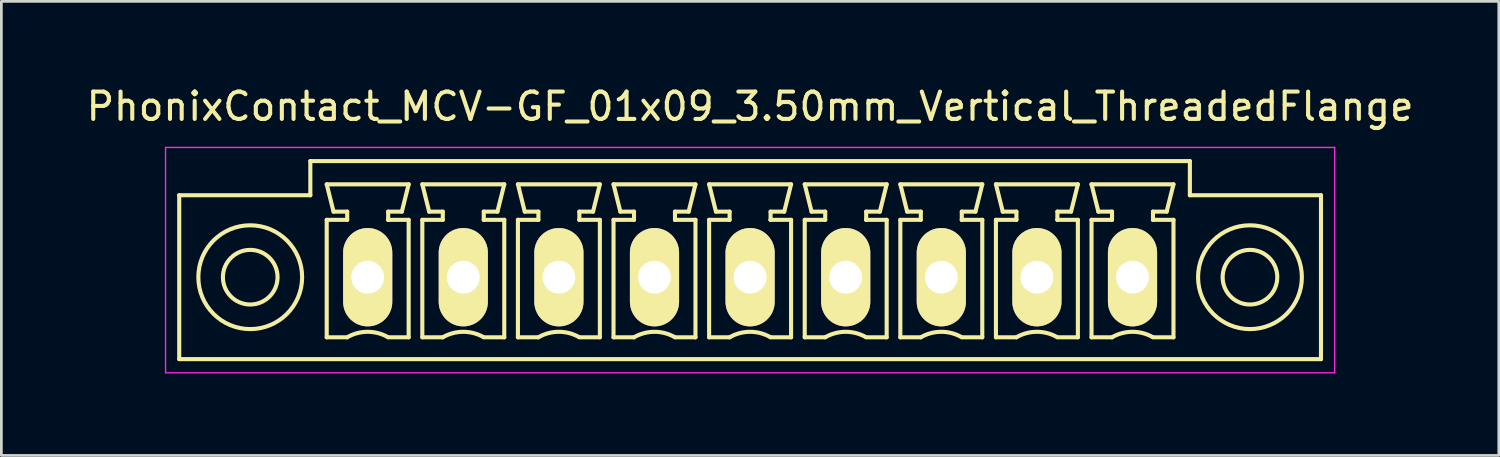
<source format=kicad_pcb>
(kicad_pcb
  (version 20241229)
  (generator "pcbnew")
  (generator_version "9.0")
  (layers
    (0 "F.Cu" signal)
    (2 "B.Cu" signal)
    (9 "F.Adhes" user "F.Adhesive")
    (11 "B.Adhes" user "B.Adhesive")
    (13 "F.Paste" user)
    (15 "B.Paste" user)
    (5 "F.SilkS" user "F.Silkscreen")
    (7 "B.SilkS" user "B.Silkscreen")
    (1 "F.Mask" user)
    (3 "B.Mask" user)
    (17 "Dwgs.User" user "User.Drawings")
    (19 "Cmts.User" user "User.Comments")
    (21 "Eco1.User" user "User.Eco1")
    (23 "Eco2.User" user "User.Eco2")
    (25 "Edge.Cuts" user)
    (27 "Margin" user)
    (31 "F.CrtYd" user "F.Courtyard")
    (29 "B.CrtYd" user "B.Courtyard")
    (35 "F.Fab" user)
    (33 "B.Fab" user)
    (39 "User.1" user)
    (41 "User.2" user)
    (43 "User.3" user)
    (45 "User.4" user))
  (footprint "PhonixContact_MCV-GF_01x09_3.50mm_Vertical_ThreadedFlange"
    (layer "F.Cu")
    (at 10.411 7.098)
    (property "Reference" "PhonixContact_MCV-GF_01x09_3.50mm_Vertical_ThreadedFlange" (at 14 -6.25 0) (layer "F.SilkS") (effects (font (size 1 1) (thickness 0.15))))
    (attr through_hole)
    (fp_line (start -6.9 -3) (end -6.9 3) (stroke (width 0.15) (type solid)) (layer "F.SilkS"))
    (fp_line (start -6.9 3) (end 34.9 3) (stroke (width 0.15) (type solid)) (layer "F.SilkS"))
    (fp_line (start -2.1 -4.25) (end -2.1 -3) (stroke (width 0.15) (type solid)) (layer "F.SilkS"))
    (fp_line (start -2.1 -3) (end -6.9 -3) (stroke (width 0.15) (type solid)) (layer "F.SilkS"))
    (fp_line (start -1.5 -3.4) (end 1.5 -3.4) (stroke (width 0.15) (type solid)) (layer "F.SilkS"))
    (fp_line (start -1.5 -2.1) (end -0.75 -2.1) (stroke (width 0.15) (type solid)) (layer "F.SilkS"))
    (fp_line (start -1.5 2.2) (end -1.5 -2.1) (stroke (width 0.15) (type solid)) (layer "F.SilkS"))
    (fp_line (start -1.25 -2.4) (end -1.5 -3.4) (stroke (width 0.15) (type solid)) (layer "F.SilkS"))
    (fp_line (start -0.75 -2.4) (end -1.25 -2.4) (stroke (width 0.15) (type solid)) (layer "F.SilkS"))
    (fp_line (start -0.75 -2.1) (end -0.75 -2.4) (stroke (width 0.15) (type solid)) (layer "F.SilkS"))
    (fp_line (start -0.75 2.2) (end -1.5 2.2) (stroke (width 0.15) (type solid)) (layer "F.SilkS"))
    (fp_line (start 0.75 -2.4) (end 0.75 -2.1) (stroke (width 0.15) (type solid)) (layer "F.SilkS"))
    (fp_line (start 0.75 -2.1) (end 0.75 -2.1) (stroke (width 0.15) (type solid)) (layer "F.SilkS"))
    (fp_line (start 0.75 -2.1) (end 1.5 -2.1) (stroke (width 0.15) (type solid)) (layer "F.SilkS"))
    (fp_line (start 1.25 -2.4) (end 0.75 -2.4) (stroke (width 0.15) (type solid)) (layer "F.SilkS"))
    (fp_line (start 1.5 -3.4) (end 1.25 -2.4) (stroke (width 0.15) (type solid)) (layer "F.SilkS"))
    (fp_line (start 1.5 -2.1) (end 1.5 2.2) (stroke (width 0.15) (type solid)) (layer "F.SilkS"))
    (fp_line (start 1.5 2.2) (end 0.75 2.2) (stroke (width 0.15) (type solid)) (layer "F.SilkS"))
    (fp_line (start 2 -3.4) (end 5 -3.4) (stroke (width 0.15) (type solid)) (layer "F.SilkS"))
    (fp_line (start 2 -2.1) (end 2.75 -2.1) (stroke (width 0.15) (type solid)) (layer "F.SilkS"))
    (fp_line (start 2 2.2) (end 2 -2.1) (stroke (width 0.15) (type solid)) (layer "F.SilkS"))
    (fp_line (start 2.25 -2.4) (end 2 -3.4) (stroke (width 0.15) (type solid)) (layer "F.SilkS"))
    (fp_line (start 2.75 -2.4) (end 2.25 -2.4) (stroke (width 0.15) (type solid)) (layer "F.SilkS"))
    (fp_line (start 2.75 -2.1) (end 2.75 -2.4) (stroke (width 0.15) (type solid)) (layer "F.SilkS"))
    (fp_line (start 2.75 2.2) (end 2 2.2) (stroke (width 0.15) (type solid)) (layer "F.SilkS"))
    (fp_line (start 4.25 -2.4) (end 4.25 -2.1) (stroke (width 0.15) (type solid)) (layer "F.SilkS"))
    (fp_line (start 4.25 -2.1) (end 4.25 -2.1) (stroke (width 0.15) (type solid)) (layer "F.SilkS"))
    (fp_line (start 4.25 -2.1) (end 5 -2.1) (stroke (width 0.15) (type solid)) (layer "F.SilkS"))
    (fp_line (start 4.75 -2.4) (end 4.25 -2.4) (stroke (width 0.15) (type solid)) (layer "F.SilkS"))
    (fp_line (start 5 -3.4) (end 4.75 -2.4) (stroke (width 0.15) (type solid)) (layer "F.SilkS"))
    (fp_line (start 5 -2.1) (end 5 2.2) (stroke (width 0.15) (type solid)) (layer "F.SilkS"))
    (fp_line (start 5 2.2) (end 4.25 2.2) (stroke (width 0.15) (type solid)) (layer "F.SilkS"))
    (fp_line (start 5.5 -3.4) (end 8.5 -3.4) (stroke (width 0.15) (type solid)) (layer "F.SilkS"))
    (fp_line (start 5.5 -2.1) (end 6.25 -2.1) (stroke (width 0.15) (type solid)) (layer "F.SilkS"))
    (fp_line (start 5.5 2.2) (end 5.5 -2.1) (stroke (width 0.15) (type solid)) (layer "F.SilkS"))
    (fp_line (start 5.75 -2.4) (end 5.5 -3.4) (stroke (width 0.15) (type solid)) (layer "F.SilkS"))
    (fp_line (start 6.25 -2.4) (end 5.75 -2.4) (stroke (width 0.15) (type solid)) (layer "F.SilkS"))
    (fp_line (start 6.25 -2.1) (end 6.25 -2.4) (stroke (width 0.15) (type solid)) (layer "F.SilkS"))
    (fp_line (start 6.25 2.2) (end 5.5 2.2) (stroke (width 0.15) (type solid)) (layer "F.SilkS"))
    (fp_line (start 7.75 -2.4) (end 7.75 -2.1) (stroke (width 0.15) (type solid)) (layer "F.SilkS"))
    (fp_line (start 7.75 -2.1) (end 7.75 -2.1) (stroke (width 0.15) (type solid)) (layer "F.SilkS"))
    (fp_line (start 7.75 -2.1) (end 8.5 -2.1) (stroke (width 0.15) (type solid)) (layer "F.SilkS"))
    (fp_line (start 8.25 -2.4) (end 7.75 -2.4) (stroke (width 0.15) (type solid)) (layer "F.SilkS"))
    (fp_line (start 8.5 -3.4) (end 8.25 -2.4) (stroke (width 0.15) (type solid)) (layer "F.SilkS"))
    (fp_line (start 8.5 -2.1) (end 8.5 2.2) (stroke (width 0.15) (type solid)) (layer "F.SilkS"))
    (fp_line (start 8.5 2.2) (end 7.75 2.2) (stroke (width 0.15) (type solid)) (layer "F.SilkS"))
    (fp_line (start 9 -3.4) (end 12 -3.4) (stroke (width 0.15) (type solid)) (layer "F.SilkS"))
    (fp_line (start 9 -2.1) (end 9.75 -2.1) (stroke (width 0.15) (type solid)) (layer "F.SilkS"))
    (fp_line (start 9 2.2) (end 9 -2.1) (stroke (width 0.15) (type solid)) (layer "F.SilkS"))
    (fp_line (start 9.25 -2.4) (end 9 -3.4) (stroke (width 0.15) (type solid)) (layer "F.SilkS"))
    (fp_line (start 9.75 -2.4) (end 9.25 -2.4) (stroke (width 0.15) (type solid)) (layer "F.SilkS"))
    (fp_line (start 9.75 -2.1) (end 9.75 -2.4) (stroke (width 0.15) (type solid)) (layer "F.SilkS"))
    (fp_line (start 9.75 2.2) (end 9 2.2) (stroke (width 0.15) (type solid)) (layer "F.SilkS"))
    (fp_line (start 11.25 -2.4) (end 11.25 -2.1) (stroke (width 0.15) (type solid)) (layer "F.SilkS"))
    (fp_line (start 11.25 -2.1) (end 11.25 -2.1) (stroke (width 0.15) (type solid)) (layer "F.SilkS"))
    (fp_line (start 11.25 -2.1) (end 12 -2.1) (stroke (width 0.15) (type solid)) (layer "F.SilkS"))
    (fp_line (start 11.75 -2.4) (end 11.25 -2.4) (stroke (width 0.15) (type solid)) (layer "F.SilkS"))
    (fp_line (start 12 -3.4) (end 11.75 -2.4) (stroke (width 0.15) (type solid)) (layer "F.SilkS"))
    (fp_line (start 12 -2.1) (end 12 2.2) (stroke (width 0.15) (type solid)) (layer "F.SilkS"))
    (fp_line (start 12 2.2) (end 11.25 2.2) (stroke (width 0.15) (type solid)) (layer "F.SilkS"))
    (fp_line (start 12.5 -3.4) (end 15.5 -3.4) (stroke (width 0.15) (type solid)) (layer "F.SilkS"))
    (fp_line (start 12.5 -2.1) (end 13.25 -2.1) (stroke (width 0.15) (type solid)) (layer "F.SilkS"))
    (fp_line (start 12.5 2.2) (end 12.5 -2.1) (stroke (width 0.15) (type solid)) (layer "F.SilkS"))
    (fp_line (start 12.75 -2.4) (end 12.5 -3.4) (stroke (width 0.15) (type solid)) (layer "F.SilkS"))
    (fp_line (start 13.25 -2.4) (end 12.75 -2.4) (stroke (width 0.15) (type solid)) (layer "F.SilkS"))
    (fp_line (start 13.25 -2.1) (end 13.25 -2.4) (stroke (width 0.15) (type solid)) (layer "F.SilkS"))
    (fp_line (start 13.25 2.2) (end 12.5 2.2) (stroke (width 0.15) (type solid)) (layer "F.SilkS"))
    (fp_line (start 14.75 -2.4) (end 14.75 -2.1) (stroke (width 0.15) (type solid)) (layer "F.SilkS"))
    (fp_line (start 14.75 -2.1) (end 14.75 -2.1) (stroke (width 0.15) (type solid)) (layer "F.SilkS"))
    (fp_line (start 14.75 -2.1) (end 15.5 -2.1) (stroke (width 0.15) (type solid)) (layer "F.SilkS"))
    (fp_line (start 15.25 -2.4) (end 14.75 -2.4) (stroke (width 0.15) (type solid)) (layer "F.SilkS"))
    (fp_line (start 15.5 -3.4) (end 15.25 -2.4) (stroke (width 0.15) (type solid)) (layer "F.SilkS"))
    (fp_line (start 15.5 -2.1) (end 15.5 2.2) (stroke (width 0.15) (type solid)) (layer "F.SilkS"))
    (fp_line (start 15.5 2.2) (end 14.75 2.2) (stroke (width 0.15) (type solid)) (layer "F.SilkS"))
    (fp_line (start 16 -3.4) (end 19 -3.4) (stroke (width 0.15) (type solid)) (layer "F.SilkS"))
    (fp_line (start 16 -2.1) (end 16.75 -2.1) (stroke (width 0.15) (type solid)) (layer "F.SilkS"))
    (fp_line (start 16 2.2) (end 16 -2.1) (stroke (width 0.15) (type solid)) (layer "F.SilkS"))
    (fp_line (start 16.25 -2.4) (end 16 -3.4) (stroke (width 0.15) (type solid)) (layer "F.SilkS"))
    (fp_line (start 16.75 -2.4) (end 16.25 -2.4) (stroke (width 0.15) (type solid)) (layer "F.SilkS"))
    (fp_line (start 16.75 -2.1) (end 16.75 -2.4) (stroke (width 0.15) (type solid)) (layer "F.SilkS"))
    (fp_line (start 16.75 2.2) (end 16 2.2) (stroke (width 0.15) (type solid)) (layer "F.SilkS"))
    (fp_line (start 18.25 -2.4) (end 18.25 -2.1) (stroke (width 0.15) (type solid)) (layer "F.SilkS"))
    (fp_line (start 18.25 -2.1) (end 18.25 -2.1) (stroke (width 0.15) (type solid)) (layer "F.SilkS"))
    (fp_line (start 18.25 -2.1) (end 19 -2.1) (stroke (width 0.15) (type solid)) (layer "F.SilkS"))
    (fp_line (start 18.75 -2.4) (end 18.25 -2.4) (stroke (width 0.15) (type solid)) (layer "F.SilkS"))
    (fp_line (start 19 -3.4) (end 18.75 -2.4) (stroke (width 0.15) (type solid)) (layer "F.SilkS"))
    (fp_line (start 19 -2.1) (end 19 2.2) (stroke (width 0.15) (type solid)) (layer "F.SilkS"))
    (fp_line (start 19 2.2) (end 18.25 2.2) (stroke (width 0.15) (type solid)) (layer "F.SilkS"))
    (fp_line (start 19.5 -3.4) (end 22.5 -3.4) (stroke (width 0.15) (type solid)) (layer "F.SilkS"))
    (fp_line (start 19.5 -2.1) (end 20.25 -2.1) (stroke (width 0.15) (type solid)) (layer "F.SilkS"))
    (fp_line (start 19.5 2.2) (end 19.5 -2.1) (stroke (width 0.15) (type solid)) (layer "F.SilkS"))
    (fp_line (start 19.75 -2.4) (end 19.5 -3.4) (stroke (width 0.15) (type solid)) (layer "F.SilkS"))
    (fp_line (start 20.25 -2.4) (end 19.75 -2.4) (stroke (width 0.15) (type solid)) (layer "F.SilkS"))
    (fp_line (start 20.25 -2.1) (end 20.25 -2.4) (stroke (width 0.15) (type solid)) (layer "F.SilkS"))
    (fp_line (start 20.25 2.2) (end 19.5 2.2) (stroke (width 0.15) (type solid)) (layer "F.SilkS"))
    (fp_line (start 21.75 -2.4) (end 21.75 -2.1) (stroke (width 0.15) (type solid)) (layer "F.SilkS"))
    (fp_line (start 21.75 -2.1) (end 21.75 -2.1) (stroke (width 0.15) (type solid)) (layer "F.SilkS"))
    (fp_line (start 21.75 -2.1) (end 22.5 -2.1) (stroke (width 0.15) (type solid)) (layer "F.SilkS"))
    (fp_line (start 22.25 -2.4) (end 21.75 -2.4) (stroke (width 0.15) (type solid)) (layer "F.SilkS"))
    (fp_line (start 22.5 -3.4) (end 22.25 -2.4) (stroke (width 0.15) (type solid)) (layer "F.SilkS"))
    (fp_line (start 22.5 -2.1) (end 22.5 2.2) (stroke (width 0.15) (type solid)) (layer "F.SilkS"))
    (fp_line (start 22.5 2.2) (end 21.75 2.2) (stroke (width 0.15) (type solid)) (layer "F.SilkS"))
    (fp_line (start 23 -3.4) (end 26 -3.4) (stroke (width 0.15) (type solid)) (layer "F.SilkS"))
    (fp_line (start 23 -2.1) (end 23.75 -2.1) (stroke (width 0.15) (type solid)) (layer "F.SilkS"))
    (fp_line (start 23 2.2) (end 23 -2.1) (stroke (width 0.15) (type solid)) (layer "F.SilkS"))
    (fp_line (start 23.25 -2.4) (end 23 -3.4) (stroke (width 0.15) (type solid)) (layer "F.SilkS"))
    (fp_line (start 23.75 -2.4) (end 23.25 -2.4) (stroke (width 0.15) (type solid)) (layer "F.SilkS"))
    (fp_line (start 23.75 -2.1) (end 23.75 -2.4) (stroke (width 0.15) (type solid)) (layer "F.SilkS"))
    (fp_line (start 23.75 2.2) (end 23 2.2) (stroke (width 0.15) (type solid)) (layer "F.SilkS"))
    (fp_line (start 25.25 -2.4) (end 25.25 -2.1) (stroke (width 0.15) (type solid)) (layer "F.SilkS"))
    (fp_line (start 25.25 -2.1) (end 25.25 -2.1) (stroke (width 0.15) (type solid)) (layer "F.SilkS"))
    (fp_line (start 25.25 -2.1) (end 26 -2.1) (stroke (width 0.15) (type solid)) (layer "F.SilkS"))
    (fp_line (start 25.75 -2.4) (end 25.25 -2.4) (stroke (width 0.15) (type solid)) (layer "F.SilkS"))
    (fp_line (start 26 -3.4) (end 25.75 -2.4) (stroke (width 0.15) (type solid)) (layer "F.SilkS"))
    (fp_line (start 26 -2.1) (end 26 2.2) (stroke (width 0.15) (type solid)) (layer "F.SilkS"))
    (fp_line (start 26 2.2) (end 25.25 2.2) (stroke (width 0.15) (type solid)) (layer "F.SilkS"))
    (fp_line (start 26.5 -3.4) (end 29.5 -3.4) (stroke (width 0.15) (type solid)) (layer "F.SilkS"))
    (fp_line (start 26.5 -2.1) (end 27.25 -2.1) (stroke (width 0.15) (type solid)) (layer "F.SilkS"))
    (fp_line (start 26.5 2.2) (end 26.5 -2.1) (stroke (width 0.15) (type solid)) (layer "F.SilkS"))
    (fp_line (start 26.75 -2.4) (end 26.5 -3.4) (stroke (width 0.15) (type solid)) (layer "F.SilkS"))
    (fp_line (start 27.25 -2.4) (end 26.75 -2.4) (stroke (width 0.15) (type solid)) (layer "F.SilkS"))
    (fp_line (start 27.25 -2.1) (end 27.25 -2.4) (stroke (width 0.15) (type solid)) (layer "F.SilkS"))
    (fp_line (start 27.25 2.2) (end 26.5 2.2) (stroke (width 0.15) (type solid)) (layer "F.SilkS"))
    (fp_line (start 28.75 -2.4) (end 28.75 -2.1) (stroke (width 0.15) (type solid)) (layer "F.SilkS"))
    (fp_line (start 28.75 -2.1) (end 28.75 -2.1) (stroke (width 0.15) (type solid)) (layer "F.SilkS"))
    (fp_line (start 28.75 -2.1) (end 29.5 -2.1) (stroke (width 0.15) (type solid)) (layer "F.SilkS"))
    (fp_line (start 29.25 -2.4) (end 28.75 -2.4) (stroke (width 0.15) (type solid)) (layer "F.SilkS"))
    (fp_line (start 29.5 -3.4) (end 29.25 -2.4) (stroke (width 0.15) (type solid)) (layer "F.SilkS"))
    (fp_line (start 29.5 -2.1) (end 29.5 2.2) (stroke (width 0.15) (type solid)) (layer "F.SilkS"))
    (fp_line (start 29.5 2.2) (end 28.75 2.2) (stroke (width 0.15) (type solid)) (layer "F.SilkS"))
    (fp_line (start 30.1 -4.25) (end -2.1 -4.25) (stroke (width 0.15) (type solid)) (layer "F.SilkS"))
    (fp_line (start 30.1 -3) (end 30.1 -4.25) (stroke (width 0.15) (type solid)) (layer "F.SilkS"))
    (fp_line (start 34.9 -3) (end 30.1 -3) (stroke (width 0.15) (type solid)) (layer "F.SilkS"))
    (fp_line (start 34.9 3) (end 34.9 -3) (stroke (width 0.15) (type solid)) (layer "F.SilkS"))
    (fp_arc (start -0.75 2.2) (mid -0.006068 1.999179) (end 0.739464 2.193978) (stroke (width 0.15) (type solid)) (layer "F.SilkS"))
    (fp_arc (start 2.75 2.2) (mid 3.493932 1.999179) (end 4.239464 2.193978) (stroke (width 0.15) (type solid)) (layer "F.SilkS"))
    (fp_arc (start 6.25 2.2) (mid 6.993932 1.999179) (end 7.739464 2.193978) (stroke (width 0.15) (type solid)) (layer "F.SilkS"))
    (fp_arc (start 9.75 2.2) (mid 10.493932 1.999179) (end 11.239464 2.193978) (stroke (width 0.15) (type solid)) (layer "F.SilkS"))
    (fp_arc (start 13.25 2.2) (mid 13.993932 1.999179) (end 14.739464 2.193978) (stroke (width 0.15) (type solid)) (layer "F.SilkS"))
    (fp_arc (start 16.75 2.2) (mid 17.493932 1.999179) (end 18.239464 2.193978) (stroke (width 0.15) (type solid)) (layer "F.SilkS"))
    (fp_arc (start 20.25 2.2) (mid 20.993932 1.999179) (end 21.739464 2.193978) (stroke (width 0.15) (type solid)) (layer "F.SilkS"))
    (fp_arc (start 23.75 2.2) (mid 24.493932 1.999179) (end 25.239464 2.193978) (stroke (width 0.15) (type solid)) (layer "F.SilkS"))
    (fp_arc (start 27.25 2.2) (mid 27.993932 1.999179) (end 28.739464 2.193978) (stroke (width 0.15) (type solid)) (layer "F.SilkS"))
    (fp_circle (center -4.3 0) (end -3.3 0) (stroke (width 0.15) (type solid)) (fill no) (layer "F.SilkS"))
    (fp_circle (center -4.3 0) (end -2.4 0) (stroke (width 0.15) (type solid)) (fill no) (layer "F.SilkS"))
    (fp_circle (center 32.3 0) (end 33.3 0) (stroke (width 0.15) (type solid)) (fill no) (layer "F.SilkS"))
    (fp_circle (center 32.3 0) (end 34.2 0) (stroke (width 0.15) (type solid)) (fill no) (layer "F.SilkS"))
    (fp_line (start -7.4 -4.75) (end -7.4 3.5) (stroke (width 0.05) (type solid)) (layer "F.CrtYd"))
    (fp_line (start -7.4 3.5) (end 35.4 3.5) (stroke (width 0.05) (type solid)) (layer "F.CrtYd"))
    (fp_line (start 35.4 -4.75) (end -7.4 -4.75) (stroke (width 0.05) (type solid)) (layer "F.CrtYd"))
    (fp_line (start 35.4 3.5) (end 35.4 -4.75) (stroke (width 0.05) (type solid)) (layer "F.CrtYd"))
    (pad "1" thru_hole oval (at 0 0) (size 1.8 3.6) (drill 1.2) (layers "*.Cu" "*.Mask" "F.SilkS"))
    (pad "2" thru_hole oval (at 3.5 0) (size 1.8 3.6) (drill 1.2) (layers "*.Cu" "*.Mask" "F.SilkS"))
    (pad "3" thru_hole oval (at 7 0) (size 1.8 3.6) (drill 1.2) (layers "*.Cu" "*.Mask" "F.SilkS"))
    (pad "4" thru_hole oval (at 10.5 0) (size 1.8 3.6) (drill 1.2) (layers "*.Cu" "*.Mask" "F.SilkS"))
    (pad "5" thru_hole oval (at 14 0) (size 1.8 3.6) (drill 1.2) (layers "*.Cu" "*.Mask" "F.SilkS"))
    (pad "6" thru_hole oval (at 17.5 0) (size 1.8 3.6) (drill 1.2) (layers "*.Cu" "*.Mask" "F.SilkS"))
    (pad "7" thru_hole oval (at 21 0) (size 1.8 3.6) (drill 1.2) (layers "*.Cu" "*.Mask" "F.SilkS"))
    (pad "8" thru_hole oval (at 24.5 0) (size 1.8 3.6) (drill 1.2) (layers "*.Cu" "*.Mask" "F.SilkS"))
    (pad "9" thru_hole oval (at 28 0) (size 1.8 3.6) (drill 1.2) (layers "*.Cu" "*.Mask" "F.SilkS")))
  (gr_rect
    (start -3 -3)
    (end 51.821 13.623)
    (stroke (width 0.1) (type default))
    (fill no)
    (layer "Edge.Cuts")))
</source>
